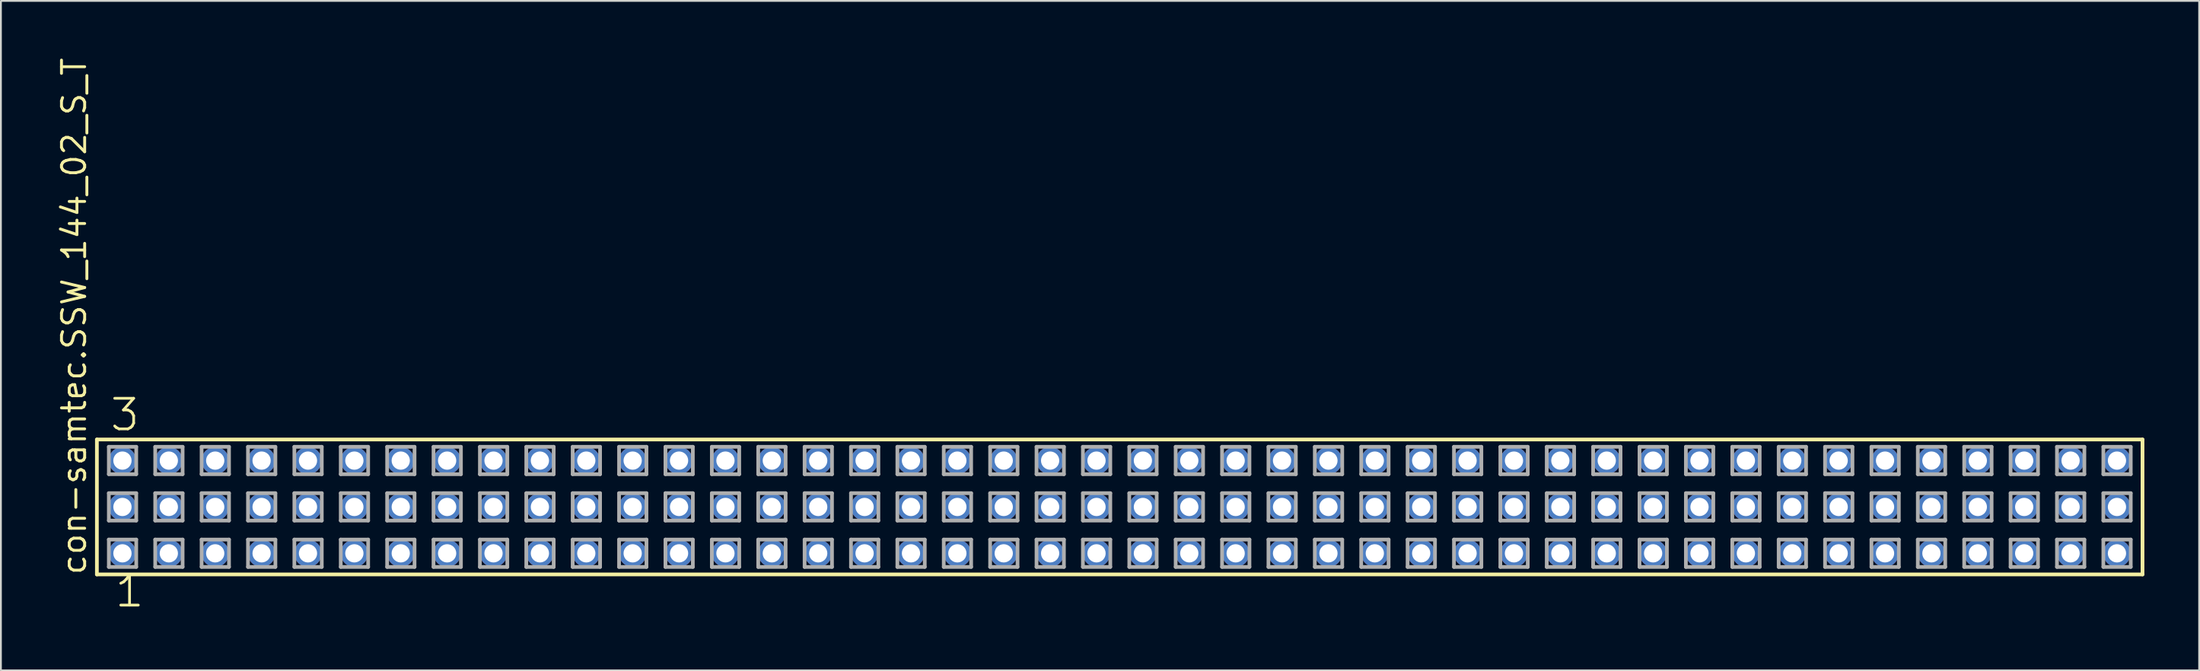
<source format=kicad_pcb>
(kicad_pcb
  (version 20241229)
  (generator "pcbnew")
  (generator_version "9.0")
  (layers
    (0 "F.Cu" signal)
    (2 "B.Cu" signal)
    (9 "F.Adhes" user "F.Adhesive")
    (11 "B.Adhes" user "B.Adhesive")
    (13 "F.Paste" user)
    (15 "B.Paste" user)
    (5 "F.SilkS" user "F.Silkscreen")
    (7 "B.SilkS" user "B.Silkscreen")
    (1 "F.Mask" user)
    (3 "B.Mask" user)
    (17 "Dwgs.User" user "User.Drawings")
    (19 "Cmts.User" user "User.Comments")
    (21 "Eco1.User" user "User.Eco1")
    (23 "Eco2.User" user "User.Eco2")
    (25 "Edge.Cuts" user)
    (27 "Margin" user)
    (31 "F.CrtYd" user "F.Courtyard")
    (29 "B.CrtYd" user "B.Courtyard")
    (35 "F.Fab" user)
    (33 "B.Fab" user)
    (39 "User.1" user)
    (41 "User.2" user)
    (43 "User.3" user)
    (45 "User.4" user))
  (footprint "con-samtec.SSW_144_02_S_T"
    (layer "F.Cu")
    (at 58.265 24.719)
    (property "Reference" "con-samtec.SSW_144_02_S_T" (at -56.515 3.81 90) (layer "F.SilkS") (effects (font (size 1.27 1.27) (thickness 0.16)) (justify left bottom)))
    (attr through_hole)
    (fp_line (start -56.009 -3.695) (end 56.009 -3.695) (stroke (width 0.203) (type default)) (layer "F.SilkS"))
    (fp_line (start -56.009 3.695) (end -56.009 -3.695) (stroke (width 0.203) (type default)) (layer "F.SilkS"))
    (fp_line (start 56.009 -3.695) (end 56.009 3.695) (stroke (width 0.203) (type default)) (layer "F.SilkS"))
    (fp_line (start 56.009 3.695) (end -56.009 3.695) (stroke (width 0.203) (type default)) (layer "F.SilkS"))
    (fp_line (start -55.355 -3.295) (end -53.855 -3.295) (stroke (width 0.203) (type default)) (layer "F.Fab"))
    (fp_line (start -55.355 -1.795) (end -55.355 -3.295) (stroke (width 0.203) (type default)) (layer "F.Fab"))
    (fp_line (start -55.355 -0.755) (end -53.855 -0.755) (stroke (width 0.203) (type default)) (layer "F.Fab"))
    (fp_line (start -55.355 0.745) (end -55.355 -0.755) (stroke (width 0.203) (type default)) (layer "F.Fab"))
    (fp_line (start -55.355 1.785) (end -53.855 1.785) (stroke (width 0.203) (type default)) (layer "F.Fab"))
    (fp_line (start -55.355 3.285) (end -55.355 1.785) (stroke (width 0.203) (type default)) (layer "F.Fab"))
    (fp_line (start -53.855 -3.295) (end -53.855 -1.795) (stroke (width 0.203) (type default)) (layer "F.Fab"))
    (fp_line (start -53.855 -1.795) (end -55.355 -1.795) (stroke (width 0.203) (type default)) (layer "F.Fab"))
    (fp_line (start -53.855 -0.755) (end -53.855 0.745) (stroke (width 0.203) (type default)) (layer "F.Fab"))
    (fp_line (start -53.855 0.745) (end -55.355 0.745) (stroke (width 0.203) (type default)) (layer "F.Fab"))
    (fp_line (start -53.855 1.785) (end -53.855 3.285) (stroke (width 0.203) (type default)) (layer "F.Fab"))
    (fp_line (start -53.855 3.285) (end -55.355 3.285) (stroke (width 0.203) (type default)) (layer "F.Fab"))
    (fp_line (start -52.815 -3.295) (end -51.315 -3.295) (stroke (width 0.203) (type default)) (layer "F.Fab"))
    (fp_line (start -52.815 -1.795) (end -52.815 -3.295) (stroke (width 0.203) (type default)) (layer "F.Fab"))
    (fp_line (start -52.815 -0.755) (end -51.315 -0.755) (stroke (width 0.203) (type default)) (layer "F.Fab"))
    (fp_line (start -52.815 0.745) (end -52.815 -0.755) (stroke (width 0.203) (type default)) (layer "F.Fab"))
    (fp_line (start -52.815 1.785) (end -51.315 1.785) (stroke (width 0.203) (type default)) (layer "F.Fab"))
    (fp_line (start -52.815 3.285) (end -52.815 1.785) (stroke (width 0.203) (type default)) (layer "F.Fab"))
    (fp_line (start -51.315 -3.295) (end -51.315 -1.795) (stroke (width 0.203) (type default)) (layer "F.Fab"))
    (fp_line (start -51.315 -1.795) (end -52.815 -1.795) (stroke (width 0.203) (type default)) (layer "F.Fab"))
    (fp_line (start -51.315 -0.755) (end -51.315 0.745) (stroke (width 0.203) (type default)) (layer "F.Fab"))
    (fp_line (start -51.315 0.745) (end -52.815 0.745) (stroke (width 0.203) (type default)) (layer "F.Fab"))
    (fp_line (start -51.315 1.785) (end -51.315 3.285) (stroke (width 0.203) (type default)) (layer "F.Fab"))
    (fp_line (start -51.315 3.285) (end -52.815 3.285) (stroke (width 0.203) (type default)) (layer "F.Fab"))
    (fp_line (start -50.275 -3.295) (end -48.775 -3.295) (stroke (width 0.203) (type default)) (layer "F.Fab"))
    (fp_line (start -50.275 -1.795) (end -50.275 -3.295) (stroke (width 0.203) (type default)) (layer "F.Fab"))
    (fp_line (start -50.275 -0.755) (end -48.775 -0.755) (stroke (width 0.203) (type default)) (layer "F.Fab"))
    (fp_line (start -50.275 0.745) (end -50.275 -0.755) (stroke (width 0.203) (type default)) (layer "F.Fab"))
    (fp_line (start -50.275 1.785) (end -48.775 1.785) (stroke (width 0.203) (type default)) (layer "F.Fab"))
    (fp_line (start -50.275 3.285) (end -50.275 1.785) (stroke (width 0.203) (type default)) (layer "F.Fab"))
    (fp_line (start -48.775 -3.295) (end -48.775 -1.795) (stroke (width 0.203) (type default)) (layer "F.Fab"))
    (fp_line (start -48.775 -1.795) (end -50.275 -1.795) (stroke (width 0.203) (type default)) (layer "F.Fab"))
    (fp_line (start -48.775 -0.755) (end -48.775 0.745) (stroke (width 0.203) (type default)) (layer "F.Fab"))
    (fp_line (start -48.775 0.745) (end -50.275 0.745) (stroke (width 0.203) (type default)) (layer "F.Fab"))
    (fp_line (start -48.775 1.785) (end -48.775 3.285) (stroke (width 0.203) (type default)) (layer "F.Fab"))
    (fp_line (start -48.775 3.285) (end -50.275 3.285) (stroke (width 0.203) (type default)) (layer "F.Fab"))
    (fp_line (start -47.735 -3.295) (end -46.235 -3.295) (stroke (width 0.203) (type default)) (layer "F.Fab"))
    (fp_line (start -47.735 -1.795) (end -47.735 -3.295) (stroke (width 0.203) (type default)) (layer "F.Fab"))
    (fp_line (start -47.735 -0.755) (end -46.235 -0.755) (stroke (width 0.203) (type default)) (layer "F.Fab"))
    (fp_line (start -47.735 0.745) (end -47.735 -0.755) (stroke (width 0.203) (type default)) (layer "F.Fab"))
    (fp_line (start -47.735 1.785) (end -46.235 1.785) (stroke (width 0.203) (type default)) (layer "F.Fab"))
    (fp_line (start -47.735 3.285) (end -47.735 1.785) (stroke (width 0.203) (type default)) (layer "F.Fab"))
    (fp_line (start -46.235 -3.295) (end -46.235 -1.795) (stroke (width 0.203) (type default)) (layer "F.Fab"))
    (fp_line (start -46.235 -1.795) (end -47.735 -1.795) (stroke (width 0.203) (type default)) (layer "F.Fab"))
    (fp_line (start -46.235 -0.755) (end -46.235 0.745) (stroke (width 0.203) (type default)) (layer "F.Fab"))
    (fp_line (start -46.235 0.745) (end -47.735 0.745) (stroke (width 0.203) (type default)) (layer "F.Fab"))
    (fp_line (start -46.235 1.785) (end -46.235 3.285) (stroke (width 0.203) (type default)) (layer "F.Fab"))
    (fp_line (start -46.235 3.285) (end -47.735 3.285) (stroke (width 0.203) (type default)) (layer "F.Fab"))
    (fp_line (start -45.195 -3.295) (end -43.695 -3.295) (stroke (width 0.203) (type default)) (layer "F.Fab"))
    (fp_line (start -45.195 -1.795) (end -45.195 -3.295) (stroke (width 0.203) (type default)) (layer "F.Fab"))
    (fp_line (start -45.195 -0.755) (end -43.695 -0.755) (stroke (width 0.203) (type default)) (layer "F.Fab"))
    (fp_line (start -45.195 0.745) (end -45.195 -0.755) (stroke (width 0.203) (type default)) (layer "F.Fab"))
    (fp_line (start -45.195 1.785) (end -43.695 1.785) (stroke (width 0.203) (type default)) (layer "F.Fab"))
    (fp_line (start -45.195 3.285) (end -45.195 1.785) (stroke (width 0.203) (type default)) (layer "F.Fab"))
    (fp_line (start -43.695 -3.295) (end -43.695 -1.795) (stroke (width 0.203) (type default)) (layer "F.Fab"))
    (fp_line (start -43.695 -1.795) (end -45.195 -1.795) (stroke (width 0.203) (type default)) (layer "F.Fab"))
    (fp_line (start -43.695 -0.755) (end -43.695 0.745) (stroke (width 0.203) (type default)) (layer "F.Fab"))
    (fp_line (start -43.695 0.745) (end -45.195 0.745) (stroke (width 0.203) (type default)) (layer "F.Fab"))
    (fp_line (start -43.695 1.785) (end -43.695 3.285) (stroke (width 0.203) (type default)) (layer "F.Fab"))
    (fp_line (start -43.695 3.285) (end -45.195 3.285) (stroke (width 0.203) (type default)) (layer "F.Fab"))
    (fp_line (start -42.655 -3.295) (end -41.155 -3.295) (stroke (width 0.203) (type default)) (layer "F.Fab"))
    (fp_line (start -42.655 -1.795) (end -42.655 -3.295) (stroke (width 0.203) (type default)) (layer "F.Fab"))
    (fp_line (start -42.655 -0.755) (end -41.155 -0.755) (stroke (width 0.203) (type default)) (layer "F.Fab"))
    (fp_line (start -42.655 0.745) (end -42.655 -0.755) (stroke (width 0.203) (type default)) (layer "F.Fab"))
    (fp_line (start -42.655 1.785) (end -41.155 1.785) (stroke (width 0.203) (type default)) (layer "F.Fab"))
    (fp_line (start -42.655 3.285) (end -42.655 1.785) (stroke (width 0.203) (type default)) (layer "F.Fab"))
    (fp_line (start -41.155 -3.295) (end -41.155 -1.795) (stroke (width 0.203) (type default)) (layer "F.Fab"))
    (fp_line (start -41.155 -1.795) (end -42.655 -1.795) (stroke (width 0.203) (type default)) (layer "F.Fab"))
    (fp_line (start -41.155 -0.755) (end -41.155 0.745) (stroke (width 0.203) (type default)) (layer "F.Fab"))
    (fp_line (start -41.155 0.745) (end -42.655 0.745) (stroke (width 0.203) (type default)) (layer "F.Fab"))
    (fp_line (start -41.155 1.785) (end -41.155 3.285) (stroke (width 0.203) (type default)) (layer "F.Fab"))
    (fp_line (start -41.155 3.285) (end -42.655 3.285) (stroke (width 0.203) (type default)) (layer "F.Fab"))
    (fp_line (start -40.115 -3.295) (end -38.615 -3.295) (stroke (width 0.203) (type default)) (layer "F.Fab"))
    (fp_line (start -40.115 -1.795) (end -40.115 -3.295) (stroke (width 0.203) (type default)) (layer "F.Fab"))
    (fp_line (start -40.115 -0.755) (end -38.615 -0.755) (stroke (width 0.203) (type default)) (layer "F.Fab"))
    (fp_line (start -40.115 0.745) (end -40.115 -0.755) (stroke (width 0.203) (type default)) (layer "F.Fab"))
    (fp_line (start -40.115 1.785) (end -38.615 1.785) (stroke (width 0.203) (type default)) (layer "F.Fab"))
    (fp_line (start -40.115 3.285) (end -40.115 1.785) (stroke (width 0.203) (type default)) (layer "F.Fab"))
    (fp_line (start -38.615 -3.295) (end -38.615 -1.795) (stroke (width 0.203) (type default)) (layer "F.Fab"))
    (fp_line (start -38.615 -1.795) (end -40.115 -1.795) (stroke (width 0.203) (type default)) (layer "F.Fab"))
    (fp_line (start -38.615 -0.755) (end -38.615 0.745) (stroke (width 0.203) (type default)) (layer "F.Fab"))
    (fp_line (start -38.615 0.745) (end -40.115 0.745) (stroke (width 0.203) (type default)) (layer "F.Fab"))
    (fp_line (start -38.615 1.785) (end -38.615 3.285) (stroke (width 0.203) (type default)) (layer "F.Fab"))
    (fp_line (start -38.615 3.285) (end -40.115 3.285) (stroke (width 0.203) (type default)) (layer "F.Fab"))
    (fp_line (start -37.575 -3.295) (end -36.075 -3.295) (stroke (width 0.203) (type default)) (layer "F.Fab"))
    (fp_line (start -37.575 -1.795) (end -37.575 -3.295) (stroke (width 0.203) (type default)) (layer "F.Fab"))
    (fp_line (start -37.575 -0.755) (end -36.075 -0.755) (stroke (width 0.203) (type default)) (layer "F.Fab"))
    (fp_line (start -37.575 0.745) (end -37.575 -0.755) (stroke (width 0.203) (type default)) (layer "F.Fab"))
    (fp_line (start -37.575 1.785) (end -36.075 1.785) (stroke (width 0.203) (type default)) (layer "F.Fab"))
    (fp_line (start -37.575 3.285) (end -37.575 1.785) (stroke (width 0.203) (type default)) (layer "F.Fab"))
    (fp_line (start -36.075 -3.295) (end -36.075 -1.795) (stroke (width 0.203) (type default)) (layer "F.Fab"))
    (fp_line (start -36.075 -1.795) (end -37.575 -1.795) (stroke (width 0.203) (type default)) (layer "F.Fab"))
    (fp_line (start -36.075 -0.755) (end -36.075 0.745) (stroke (width 0.203) (type default)) (layer "F.Fab"))
    (fp_line (start -36.075 0.745) (end -37.575 0.745) (stroke (width 0.203) (type default)) (layer "F.Fab"))
    (fp_line (start -36.075 1.785) (end -36.075 3.285) (stroke (width 0.203) (type default)) (layer "F.Fab"))
    (fp_line (start -36.075 3.285) (end -37.575 3.285) (stroke (width 0.203) (type default)) (layer "F.Fab"))
    (fp_line (start -35.035 -3.295) (end -33.535 -3.295) (stroke (width 0.203) (type default)) (layer "F.Fab"))
    (fp_line (start -35.035 -1.795) (end -35.035 -3.295) (stroke (width 0.203) (type default)) (layer "F.Fab"))
    (fp_line (start -35.035 -0.755) (end -33.535 -0.755) (stroke (width 0.203) (type default)) (layer "F.Fab"))
    (fp_line (start -35.035 0.745) (end -35.035 -0.755) (stroke (width 0.203) (type default)) (layer "F.Fab"))
    (fp_line (start -35.035 1.785) (end -33.535 1.785) (stroke (width 0.203) (type default)) (layer "F.Fab"))
    (fp_line (start -35.035 3.285) (end -35.035 1.785) (stroke (width 0.203) (type default)) (layer "F.Fab"))
    (fp_line (start -33.535 -3.295) (end -33.535 -1.795) (stroke (width 0.203) (type default)) (layer "F.Fab"))
    (fp_line (start -33.535 -1.795) (end -35.035 -1.795) (stroke (width 0.203) (type default)) (layer "F.Fab"))
    (fp_line (start -33.535 -0.755) (end -33.535 0.745) (stroke (width 0.203) (type default)) (layer "F.Fab"))
    (fp_line (start -33.535 0.745) (end -35.035 0.745) (stroke (width 0.203) (type default)) (layer "F.Fab"))
    (fp_line (start -33.535 1.785) (end -33.535 3.285) (stroke (width 0.203) (type default)) (layer "F.Fab"))
    (fp_line (start -33.535 3.285) (end -35.035 3.285) (stroke (width 0.203) (type default)) (layer "F.Fab"))
    (fp_line (start -32.495 -3.295) (end -30.995 -3.295) (stroke (width 0.203) (type default)) (layer "F.Fab"))
    (fp_line (start -32.495 -1.795) (end -32.495 -3.295) (stroke (width 0.203) (type default)) (layer "F.Fab"))
    (fp_line (start -32.495 -0.755) (end -30.995 -0.755) (stroke (width 0.203) (type default)) (layer "F.Fab"))
    (fp_line (start -32.495 0.745) (end -32.495 -0.755) (stroke (width 0.203) (type default)) (layer "F.Fab"))
    (fp_line (start -32.495 1.785) (end -30.995 1.785) (stroke (width 0.203) (type default)) (layer "F.Fab"))
    (fp_line (start -32.495 3.285) (end -32.495 1.785) (stroke (width 0.203) (type default)) (layer "F.Fab"))
    (fp_line (start -30.995 -3.295) (end -30.995 -1.795) (stroke (width 0.203) (type default)) (layer "F.Fab"))
    (fp_line (start -30.995 -1.795) (end -32.495 -1.795) (stroke (width 0.203) (type default)) (layer "F.Fab"))
    (fp_line (start -30.995 -0.755) (end -30.995 0.745) (stroke (width 0.203) (type default)) (layer "F.Fab"))
    (fp_line (start -30.995 0.745) (end -32.495 0.745) (stroke (width 0.203) (type default)) (layer "F.Fab"))
    (fp_line (start -30.995 1.785) (end -30.995 3.285) (stroke (width 0.203) (type default)) (layer "F.Fab"))
    (fp_line (start -30.995 3.285) (end -32.495 3.285) (stroke (width 0.203) (type default)) (layer "F.Fab"))
    (fp_line (start -29.955 -3.295) (end -28.455 -3.295) (stroke (width 0.203) (type default)) (layer "F.Fab"))
    (fp_line (start -29.955 -1.795) (end -29.955 -3.295) (stroke (width 0.203) (type default)) (layer "F.Fab"))
    (fp_line (start -29.955 -0.755) (end -28.455 -0.755) (stroke (width 0.203) (type default)) (layer "F.Fab"))
    (fp_line (start -29.955 0.745) (end -29.955 -0.755) (stroke (width 0.203) (type default)) (layer "F.Fab"))
    (fp_line (start -29.955 1.785) (end -28.455 1.785) (stroke (width 0.203) (type default)) (layer "F.Fab"))
    (fp_line (start -29.955 3.285) (end -29.955 1.785) (stroke (width 0.203) (type default)) (layer "F.Fab"))
    (fp_line (start -28.455 -3.295) (end -28.455 -1.795) (stroke (width 0.203) (type default)) (layer "F.Fab"))
    (fp_line (start -28.455 -1.795) (end -29.955 -1.795) (stroke (width 0.203) (type default)) (layer "F.Fab"))
    (fp_line (start -28.455 -0.755) (end -28.455 0.745) (stroke (width 0.203) (type default)) (layer "F.Fab"))
    (fp_line (start -28.455 0.745) (end -29.955 0.745) (stroke (width 0.203) (type default)) (layer "F.Fab"))
    (fp_line (start -28.455 1.785) (end -28.455 3.285) (stroke (width 0.203) (type default)) (layer "F.Fab"))
    (fp_line (start -28.455 3.285) (end -29.955 3.285) (stroke (width 0.203) (type default)) (layer "F.Fab"))
    (fp_line (start -27.415 -3.295) (end -25.915 -3.295) (stroke (width 0.203) (type default)) (layer "F.Fab"))
    (fp_line (start -27.415 -1.795) (end -27.415 -3.295) (stroke (width 0.203) (type default)) (layer "F.Fab"))
    (fp_line (start -27.415 -0.755) (end -25.915 -0.755) (stroke (width 0.203) (type default)) (layer "F.Fab"))
    (fp_line (start -27.415 0.745) (end -27.415 -0.755) (stroke (width 0.203) (type default)) (layer "F.Fab"))
    (fp_line (start -27.415 1.785) (end -25.915 1.785) (stroke (width 0.203) (type default)) (layer "F.Fab"))
    (fp_line (start -27.415 3.285) (end -27.415 1.785) (stroke (width 0.203) (type default)) (layer "F.Fab"))
    (fp_line (start -25.915 -3.295) (end -25.915 -1.795) (stroke (width 0.203) (type default)) (layer "F.Fab"))
    (fp_line (start -25.915 -1.795) (end -27.415 -1.795) (stroke (width 0.203) (type default)) (layer "F.Fab"))
    (fp_line (start -25.915 -0.755) (end -25.915 0.745) (stroke (width 0.203) (type default)) (layer "F.Fab"))
    (fp_line (start -25.915 0.745) (end -27.415 0.745) (stroke (width 0.203) (type default)) (layer "F.Fab"))
    (fp_line (start -25.915 1.785) (end -25.915 3.285) (stroke (width 0.203) (type default)) (layer "F.Fab"))
    (fp_line (start -25.915 3.285) (end -27.415 3.285) (stroke (width 0.203) (type default)) (layer "F.Fab"))
    (fp_line (start -24.875 -3.295) (end -23.375 -3.295) (stroke (width 0.203) (type default)) (layer "F.Fab"))
    (fp_line (start -24.875 -1.795) (end -24.875 -3.295) (stroke (width 0.203) (type default)) (layer "F.Fab"))
    (fp_line (start -24.875 -0.755) (end -23.375 -0.755) (stroke (width 0.203) (type default)) (layer "F.Fab"))
    (fp_line (start -24.875 0.745) (end -24.875 -0.755) (stroke (width 0.203) (type default)) (layer "F.Fab"))
    (fp_line (start -24.875 1.785) (end -23.375 1.785) (stroke (width 0.203) (type default)) (layer "F.Fab"))
    (fp_line (start -24.875 3.285) (end -24.875 1.785) (stroke (width 0.203) (type default)) (layer "F.Fab"))
    (fp_line (start -23.375 -3.295) (end -23.375 -1.795) (stroke (width 0.203) (type default)) (layer "F.Fab"))
    (fp_line (start -23.375 -1.795) (end -24.875 -1.795) (stroke (width 0.203) (type default)) (layer "F.Fab"))
    (fp_line (start -23.375 -0.755) (end -23.375 0.745) (stroke (width 0.203) (type default)) (layer "F.Fab"))
    (fp_line (start -23.375 0.745) (end -24.875 0.745) (stroke (width 0.203) (type default)) (layer "F.Fab"))
    (fp_line (start -23.375 1.785) (end -23.375 3.285) (stroke (width 0.203) (type default)) (layer "F.Fab"))
    (fp_line (start -23.375 3.285) (end -24.875 3.285) (stroke (width 0.203) (type default)) (layer "F.Fab"))
    (fp_line (start -22.335 -3.295) (end -20.835 -3.295) (stroke (width 0.203) (type default)) (layer "F.Fab"))
    (fp_line (start -22.335 -1.795) (end -22.335 -3.295) (stroke (width 0.203) (type default)) (layer "F.Fab"))
    (fp_line (start -22.335 -0.755) (end -20.835 -0.755) (stroke (width 0.203) (type default)) (layer "F.Fab"))
    (fp_line (start -22.335 0.745) (end -22.335 -0.755) (stroke (width 0.203) (type default)) (layer "F.Fab"))
    (fp_line (start -22.335 1.785) (end -20.835 1.785) (stroke (width 0.203) (type default)) (layer "F.Fab"))
    (fp_line (start -22.335 3.285) (end -22.335 1.785) (stroke (width 0.203) (type default)) (layer "F.Fab"))
    (fp_line (start -20.835 -3.295) (end -20.835 -1.795) (stroke (width 0.203) (type default)) (layer "F.Fab"))
    (fp_line (start -20.835 -1.795) (end -22.335 -1.795) (stroke (width 0.203) (type default)) (layer "F.Fab"))
    (fp_line (start -20.835 -0.755) (end -20.835 0.745) (stroke (width 0.203) (type default)) (layer "F.Fab"))
    (fp_line (start -20.835 0.745) (end -22.335 0.745) (stroke (width 0.203) (type default)) (layer "F.Fab"))
    (fp_line (start -20.835 1.785) (end -20.835 3.285) (stroke (width 0.203) (type default)) (layer "F.Fab"))
    (fp_line (start -20.835 3.285) (end -22.335 3.285) (stroke (width 0.203) (type default)) (layer "F.Fab"))
    (fp_line (start -19.795 -3.295) (end -18.295 -3.295) (stroke (width 0.203) (type default)) (layer "F.Fab"))
    (fp_line (start -19.795 -1.795) (end -19.795 -3.295) (stroke (width 0.203) (type default)) (layer "F.Fab"))
    (fp_line (start -19.795 -0.755) (end -18.295 -0.755) (stroke (width 0.203) (type default)) (layer "F.Fab"))
    (fp_line (start -19.795 0.745) (end -19.795 -0.755) (stroke (width 0.203) (type default)) (layer "F.Fab"))
    (fp_line (start -19.795 1.785) (end -18.295 1.785) (stroke (width 0.203) (type default)) (layer "F.Fab"))
    (fp_line (start -19.795 3.285) (end -19.795 1.785) (stroke (width 0.203) (type default)) (layer "F.Fab"))
    (fp_line (start -18.295 -3.295) (end -18.295 -1.795) (stroke (width 0.203) (type default)) (layer "F.Fab"))
    (fp_line (start -18.295 -1.795) (end -19.795 -1.795) (stroke (width 0.203) (type default)) (layer "F.Fab"))
    (fp_line (start -18.295 -0.755) (end -18.295 0.745) (stroke (width 0.203) (type default)) (layer "F.Fab"))
    (fp_line (start -18.295 0.745) (end -19.795 0.745) (stroke (width 0.203) (type default)) (layer "F.Fab"))
    (fp_line (start -18.295 1.785) (end -18.295 3.285) (stroke (width 0.203) (type default)) (layer "F.Fab"))
    (fp_line (start -18.295 3.285) (end -19.795 3.285) (stroke (width 0.203) (type default)) (layer "F.Fab"))
    (fp_line (start -17.255 -3.295) (end -15.755 -3.295) (stroke (width 0.203) (type default)) (layer "F.Fab"))
    (fp_line (start -17.255 -1.795) (end -17.255 -3.295) (stroke (width 0.203) (type default)) (layer "F.Fab"))
    (fp_line (start -17.255 -0.755) (end -15.755 -0.755) (stroke (width 0.203) (type default)) (layer "F.Fab"))
    (fp_line (start -17.255 0.745) (end -17.255 -0.755) (stroke (width 0.203) (type default)) (layer "F.Fab"))
    (fp_line (start -17.255 1.785) (end -15.755 1.785) (stroke (width 0.203) (type default)) (layer "F.Fab"))
    (fp_line (start -17.255 3.285) (end -17.255 1.785) (stroke (width 0.203) (type default)) (layer "F.Fab"))
    (fp_line (start -15.755 -3.295) (end -15.755 -1.795) (stroke (width 0.203) (type default)) (layer "F.Fab"))
    (fp_line (start -15.755 -1.795) (end -17.255 -1.795) (stroke (width 0.203) (type default)) (layer "F.Fab"))
    (fp_line (start -15.755 -0.755) (end -15.755 0.745) (stroke (width 0.203) (type default)) (layer "F.Fab"))
    (fp_line (start -15.755 0.745) (end -17.255 0.745) (stroke (width 0.203) (type default)) (layer "F.Fab"))
    (fp_line (start -15.755 1.785) (end -15.755 3.285) (stroke (width 0.203) (type default)) (layer "F.Fab"))
    (fp_line (start -15.755 3.285) (end -17.255 3.285) (stroke (width 0.203) (type default)) (layer "F.Fab"))
    (fp_line (start -14.715 -3.295) (end -13.215 -3.295) (stroke (width 0.203) (type default)) (layer "F.Fab"))
    (fp_line (start -14.715 -1.795) (end -14.715 -3.295) (stroke (width 0.203) (type default)) (layer "F.Fab"))
    (fp_line (start -14.715 -0.755) (end -13.215 -0.755) (stroke (width 0.203) (type default)) (layer "F.Fab"))
    (fp_line (start -14.715 0.745) (end -14.715 -0.755) (stroke (width 0.203) (type default)) (layer "F.Fab"))
    (fp_line (start -14.715 1.785) (end -13.215 1.785) (stroke (width 0.203) (type default)) (layer "F.Fab"))
    (fp_line (start -14.715 3.285) (end -14.715 1.785) (stroke (width 0.203) (type default)) (layer "F.Fab"))
    (fp_line (start -13.215 -3.295) (end -13.215 -1.795) (stroke (width 0.203) (type default)) (layer "F.Fab"))
    (fp_line (start -13.215 -1.795) (end -14.715 -1.795) (stroke (width 0.203) (type default)) (layer "F.Fab"))
    (fp_line (start -13.215 -0.755) (end -13.215 0.745) (stroke (width 0.203) (type default)) (layer "F.Fab"))
    (fp_line (start -13.215 0.745) (end -14.715 0.745) (stroke (width 0.203) (type default)) (layer "F.Fab"))
    (fp_line (start -13.215 1.785) (end -13.215 3.285) (stroke (width 0.203) (type default)) (layer "F.Fab"))
    (fp_line (start -13.215 3.285) (end -14.715 3.285) (stroke (width 0.203) (type default)) (layer "F.Fab"))
    (fp_line (start -12.175 -3.295) (end -10.675 -3.295) (stroke (width 0.203) (type default)) (layer "F.Fab"))
    (fp_line (start -12.175 -1.795) (end -12.175 -3.295) (stroke (width 0.203) (type default)) (layer "F.Fab"))
    (fp_line (start -12.175 -0.755) (end -10.675 -0.755) (stroke (width 0.203) (type default)) (layer "F.Fab"))
    (fp_line (start -12.175 0.745) (end -12.175 -0.755) (stroke (width 0.203) (type default)) (layer "F.Fab"))
    (fp_line (start -12.175 1.785) (end -10.675 1.785) (stroke (width 0.203) (type default)) (layer "F.Fab"))
    (fp_line (start -12.175 3.285) (end -12.175 1.785) (stroke (width 0.203) (type default)) (layer "F.Fab"))
    (fp_line (start -10.675 -3.295) (end -10.675 -1.795) (stroke (width 0.203) (type default)) (layer "F.Fab"))
    (fp_line (start -10.675 -1.795) (end -12.175 -1.795) (stroke (width 0.203) (type default)) (layer "F.Fab"))
    (fp_line (start -10.675 -0.755) (end -10.675 0.745) (stroke (width 0.203) (type default)) (layer "F.Fab"))
    (fp_line (start -10.675 0.745) (end -12.175 0.745) (stroke (width 0.203) (type default)) (layer "F.Fab"))
    (fp_line (start -10.675 1.785) (end -10.675 3.285) (stroke (width 0.203) (type default)) (layer "F.Fab"))
    (fp_line (start -10.675 3.285) (end -12.175 3.285) (stroke (width 0.203) (type default)) (layer "F.Fab"))
    (fp_line (start -9.635 -3.295) (end -8.135 -3.295) (stroke (width 0.203) (type default)) (layer "F.Fab"))
    (fp_line (start -9.635 -1.795) (end -9.635 -3.295) (stroke (width 0.203) (type default)) (layer "F.Fab"))
    (fp_line (start -9.635 -0.755) (end -8.135 -0.755) (stroke (width 0.203) (type default)) (layer "F.Fab"))
    (fp_line (start -9.635 0.745) (end -9.635 -0.755) (stroke (width 0.203) (type default)) (layer "F.Fab"))
    (fp_line (start -9.635 1.785) (end -8.135 1.785) (stroke (width 0.203) (type default)) (layer "F.Fab"))
    (fp_line (start -9.635 3.285) (end -9.635 1.785) (stroke (width 0.203) (type default)) (layer "F.Fab"))
    (fp_line (start -8.135 -3.295) (end -8.135 -1.795) (stroke (width 0.203) (type default)) (layer "F.Fab"))
    (fp_line (start -8.135 -1.795) (end -9.635 -1.795) (stroke (width 0.203) (type default)) (layer "F.Fab"))
    (fp_line (start -8.135 -0.755) (end -8.135 0.745) (stroke (width 0.203) (type default)) (layer "F.Fab"))
    (fp_line (start -8.135 0.745) (end -9.635 0.745) (stroke (width 0.203) (type default)) (layer "F.Fab"))
    (fp_line (start -8.135 1.785) (end -8.135 3.285) (stroke (width 0.203) (type default)) (layer "F.Fab"))
    (fp_line (start -8.135 3.285) (end -9.635 3.285) (stroke (width 0.203) (type default)) (layer "F.Fab"))
    (fp_line (start -7.095 -3.295) (end -5.595 -3.295) (stroke (width 0.203) (type default)) (layer "F.Fab"))
    (fp_line (start -7.095 -1.795) (end -7.095 -3.295) (stroke (width 0.203) (type default)) (layer "F.Fab"))
    (fp_line (start -7.095 -0.755) (end -5.595 -0.755) (stroke (width 0.203) (type default)) (layer "F.Fab"))
    (fp_line (start -7.095 0.745) (end -7.095 -0.755) (stroke (width 0.203) (type default)) (layer "F.Fab"))
    (fp_line (start -7.095 1.785) (end -5.595 1.785) (stroke (width 0.203) (type default)) (layer "F.Fab"))
    (fp_line (start -7.095 3.285) (end -7.095 1.785) (stroke (width 0.203) (type default)) (layer "F.Fab"))
    (fp_line (start -5.595 -3.295) (end -5.595 -1.795) (stroke (width 0.203) (type default)) (layer "F.Fab"))
    (fp_line (start -5.595 -1.795) (end -7.095 -1.795) (stroke (width 0.203) (type default)) (layer "F.Fab"))
    (fp_line (start -5.595 -0.755) (end -5.595 0.745) (stroke (width 0.203) (type default)) (layer "F.Fab"))
    (fp_line (start -5.595 0.745) (end -7.095 0.745) (stroke (width 0.203) (type default)) (layer "F.Fab"))
    (fp_line (start -5.595 1.785) (end -5.595 3.285) (stroke (width 0.203) (type default)) (layer "F.Fab"))
    (fp_line (start -5.595 3.285) (end -7.095 3.285) (stroke (width 0.203) (type default)) (layer "F.Fab"))
    (fp_line (start -4.555 -3.295) (end -3.055 -3.295) (stroke (width 0.203) (type default)) (layer "F.Fab"))
    (fp_line (start -4.555 -1.795) (end -4.555 -3.295) (stroke (width 0.203) (type default)) (layer "F.Fab"))
    (fp_line (start -4.555 -0.755) (end -3.055 -0.755) (stroke (width 0.203) (type default)) (layer "F.Fab"))
    (fp_line (start -4.555 0.745) (end -4.555 -0.755) (stroke (width 0.203) (type default)) (layer "F.Fab"))
    (fp_line (start -4.555 1.785) (end -3.055 1.785) (stroke (width 0.203) (type default)) (layer "F.Fab"))
    (fp_line (start -4.555 3.285) (end -4.555 1.785) (stroke (width 0.203) (type default)) (layer "F.Fab"))
    (fp_line (start -3.055 -3.295) (end -3.055 -1.795) (stroke (width 0.203) (type default)) (layer "F.Fab"))
    (fp_line (start -3.055 -1.795) (end -4.555 -1.795) (stroke (width 0.203) (type default)) (layer "F.Fab"))
    (fp_line (start -3.055 -0.755) (end -3.055 0.745) (stroke (width 0.203) (type default)) (layer "F.Fab"))
    (fp_line (start -3.055 0.745) (end -4.555 0.745) (stroke (width 0.203) (type default)) (layer "F.Fab"))
    (fp_line (start -3.055 1.785) (end -3.055 3.285) (stroke (width 0.203) (type default)) (layer "F.Fab"))
    (fp_line (start -3.055 3.285) (end -4.555 3.285) (stroke (width 0.203) (type default)) (layer "F.Fab"))
    (fp_line (start -2.015 -3.295) (end -0.515 -3.295) (stroke (width 0.203) (type default)) (layer "F.Fab"))
    (fp_line (start -2.015 -1.795) (end -2.015 -3.295) (stroke (width 0.203) (type default)) (layer "F.Fab"))
    (fp_line (start -2.015 -0.755) (end -0.515 -0.755) (stroke (width 0.203) (type default)) (layer "F.Fab"))
    (fp_line (start -2.015 0.745) (end -2.015 -0.755) (stroke (width 0.203) (type default)) (layer "F.Fab"))
    (fp_line (start -2.015 1.785) (end -0.515 1.785) (stroke (width 0.203) (type default)) (layer "F.Fab"))
    (fp_line (start -2.015 3.285) (end -2.015 1.785) (stroke (width 0.203) (type default)) (layer "F.Fab"))
    (fp_line (start -0.515 -3.295) (end -0.515 -1.795) (stroke (width 0.203) (type default)) (layer "F.Fab"))
    (fp_line (start -0.515 -1.795) (end -2.015 -1.795) (stroke (width 0.203) (type default)) (layer "F.Fab"))
    (fp_line (start -0.515 -0.755) (end -0.515 0.745) (stroke (width 0.203) (type default)) (layer "F.Fab"))
    (fp_line (start -0.515 0.745) (end -2.015 0.745) (stroke (width 0.203) (type default)) (layer "F.Fab"))
    (fp_line (start -0.515 1.785) (end -0.515 3.285) (stroke (width 0.203) (type default)) (layer "F.Fab"))
    (fp_line (start -0.515 3.285) (end -2.015 3.285) (stroke (width 0.203) (type default)) (layer "F.Fab"))
    (fp_line (start 0.525 -3.295) (end 2.025 -3.295) (stroke (width 0.203) (type default)) (layer "F.Fab"))
    (fp_line (start 0.525 -1.795) (end 0.525 -3.295) (stroke (width 0.203) (type default)) (layer "F.Fab"))
    (fp_line (start 0.525 -0.755) (end 2.025 -0.755) (stroke (width 0.203) (type default)) (layer "F.Fab"))
    (fp_line (start 0.525 0.745) (end 0.525 -0.755) (stroke (width 0.203) (type default)) (layer "F.Fab"))
    (fp_line (start 0.525 1.785) (end 2.025 1.785) (stroke (width 0.203) (type default)) (layer "F.Fab"))
    (fp_line (start 0.525 3.285) (end 0.525 1.785) (stroke (width 0.203) (type default)) (layer "F.Fab"))
    (fp_line (start 2.025 -3.295) (end 2.025 -1.795) (stroke (width 0.203) (type default)) (layer "F.Fab"))
    (fp_line (start 2.025 -1.795) (end 0.525 -1.795) (stroke (width 0.203) (type default)) (layer "F.Fab"))
    (fp_line (start 2.025 -0.755) (end 2.025 0.745) (stroke (width 0.203) (type default)) (layer "F.Fab"))
    (fp_line (start 2.025 0.745) (end 0.525 0.745) (stroke (width 0.203) (type default)) (layer "F.Fab"))
    (fp_line (start 2.025 1.785) (end 2.025 3.285) (stroke (width 0.203) (type default)) (layer "F.Fab"))
    (fp_line (start 2.025 3.285) (end 0.525 3.285) (stroke (width 0.203) (type default)) (layer "F.Fab"))
    (fp_line (start 3.065 -3.295) (end 4.565 -3.295) (stroke (width 0.203) (type default)) (layer "F.Fab"))
    (fp_line (start 3.065 -1.795) (end 3.065 -3.295) (stroke (width 0.203) (type default)) (layer "F.Fab"))
    (fp_line (start 3.065 -0.755) (end 4.565 -0.755) (stroke (width 0.203) (type default)) (layer "F.Fab"))
    (fp_line (start 3.065 0.745) (end 3.065 -0.755) (stroke (width 0.203) (type default)) (layer "F.Fab"))
    (fp_line (start 3.065 1.785) (end 4.565 1.785) (stroke (width 0.203) (type default)) (layer "F.Fab"))
    (fp_line (start 3.065 3.285) (end 3.065 1.785) (stroke (width 0.203) (type default)) (layer "F.Fab"))
    (fp_line (start 4.565 -3.295) (end 4.565 -1.795) (stroke (width 0.203) (type default)) (layer "F.Fab"))
    (fp_line (start 4.565 -1.795) (end 3.065 -1.795) (stroke (width 0.203) (type default)) (layer "F.Fab"))
    (fp_line (start 4.565 -0.755) (end 4.565 0.745) (stroke (width 0.203) (type default)) (layer "F.Fab"))
    (fp_line (start 4.565 0.745) (end 3.065 0.745) (stroke (width 0.203) (type default)) (layer "F.Fab"))
    (fp_line (start 4.565 1.785) (end 4.565 3.285) (stroke (width 0.203) (type default)) (layer "F.Fab"))
    (fp_line (start 4.565 3.285) (end 3.065 3.285) (stroke (width 0.203) (type default)) (layer "F.Fab"))
    (fp_line (start 5.605 -3.295) (end 7.105 -3.295) (stroke (width 0.203) (type default)) (layer "F.Fab"))
    (fp_line (start 5.605 -1.795) (end 5.605 -3.295) (stroke (width 0.203) (type default)) (layer "F.Fab"))
    (fp_line (start 5.605 -0.755) (end 7.105 -0.755) (stroke (width 0.203) (type default)) (layer "F.Fab"))
    (fp_line (start 5.605 0.745) (end 5.605 -0.755) (stroke (width 0.203) (type default)) (layer "F.Fab"))
    (fp_line (start 5.605 1.785) (end 7.105 1.785) (stroke (width 0.203) (type default)) (layer "F.Fab"))
    (fp_line (start 5.605 3.285) (end 5.605 1.785) (stroke (width 0.203) (type default)) (layer "F.Fab"))
    (fp_line (start 7.105 -3.295) (end 7.105 -1.795) (stroke (width 0.203) (type default)) (layer "F.Fab"))
    (fp_line (start 7.105 -1.795) (end 5.605 -1.795) (stroke (width 0.203) (type default)) (layer "F.Fab"))
    (fp_line (start 7.105 -0.755) (end 7.105 0.745) (stroke (width 0.203) (type default)) (layer "F.Fab"))
    (fp_line (start 7.105 0.745) (end 5.605 0.745) (stroke (width 0.203) (type default)) (layer "F.Fab"))
    (fp_line (start 7.105 1.785) (end 7.105 3.285) (stroke (width 0.203) (type default)) (layer "F.Fab"))
    (fp_line (start 7.105 3.285) (end 5.605 3.285) (stroke (width 0.203) (type default)) (layer "F.Fab"))
    (fp_line (start 8.145 -3.295) (end 9.645 -3.295) (stroke (width 0.203) (type default)) (layer "F.Fab"))
    (fp_line (start 8.145 -1.795) (end 8.145 -3.295) (stroke (width 0.203) (type default)) (layer "F.Fab"))
    (fp_line (start 8.145 -0.755) (end 9.645 -0.755) (stroke (width 0.203) (type default)) (layer "F.Fab"))
    (fp_line (start 8.145 0.745) (end 8.145 -0.755) (stroke (width 0.203) (type default)) (layer "F.Fab"))
    (fp_line (start 8.145 1.785) (end 9.645 1.785) (stroke (width 0.203) (type default)) (layer "F.Fab"))
    (fp_line (start 8.145 3.285) (end 8.145 1.785) (stroke (width 0.203) (type default)) (layer "F.Fab"))
    (fp_line (start 9.645 -3.295) (end 9.645 -1.795) (stroke (width 0.203) (type default)) (layer "F.Fab"))
    (fp_line (start 9.645 -1.795) (end 8.145 -1.795) (stroke (width 0.203) (type default)) (layer "F.Fab"))
    (fp_line (start 9.645 -0.755) (end 9.645 0.745) (stroke (width 0.203) (type default)) (layer "F.Fab"))
    (fp_line (start 9.645 0.745) (end 8.145 0.745) (stroke (width 0.203) (type default)) (layer "F.Fab"))
    (fp_line (start 9.645 1.785) (end 9.645 3.285) (stroke (width 0.203) (type default)) (layer "F.Fab"))
    (fp_line (start 9.645 3.285) (end 8.145 3.285) (stroke (width 0.203) (type default)) (layer "F.Fab"))
    (fp_line (start 10.685 -3.295) (end 12.185 -3.295) (stroke (width 0.203) (type default)) (layer "F.Fab"))
    (fp_line (start 10.685 -1.795) (end 10.685 -3.295) (stroke (width 0.203) (type default)) (layer "F.Fab"))
    (fp_line (start 10.685 -0.755) (end 12.185 -0.755) (stroke (width 0.203) (type default)) (layer "F.Fab"))
    (fp_line (start 10.685 0.745) (end 10.685 -0.755) (stroke (width 0.203) (type default)) (layer "F.Fab"))
    (fp_line (start 10.685 1.785) (end 12.185 1.785) (stroke (width 0.203) (type default)) (layer "F.Fab"))
    (fp_line (start 10.685 3.285) (end 10.685 1.785) (stroke (width 0.203) (type default)) (layer "F.Fab"))
    (fp_line (start 12.185 -3.295) (end 12.185 -1.795) (stroke (width 0.203) (type default)) (layer "F.Fab"))
    (fp_line (start 12.185 -1.795) (end 10.685 -1.795) (stroke (width 0.203) (type default)) (layer "F.Fab"))
    (fp_line (start 12.185 -0.755) (end 12.185 0.745) (stroke (width 0.203) (type default)) (layer "F.Fab"))
    (fp_line (start 12.185 0.745) (end 10.685 0.745) (stroke (width 0.203) (type default)) (layer "F.Fab"))
    (fp_line (start 12.185 1.785) (end 12.185 3.285) (stroke (width 0.203) (type default)) (layer "F.Fab"))
    (fp_line (start 12.185 3.285) (end 10.685 3.285) (stroke (width 0.203) (type default)) (layer "F.Fab"))
    (fp_line (start 13.225 -3.295) (end 14.725 -3.295) (stroke (width 0.203) (type default)) (layer "F.Fab"))
    (fp_line (start 13.225 -1.795) (end 13.225 -3.295) (stroke (width 0.203) (type default)) (layer "F.Fab"))
    (fp_line (start 13.225 -0.755) (end 14.725 -0.755) (stroke (width 0.203) (type default)) (layer "F.Fab"))
    (fp_line (start 13.225 0.745) (end 13.225 -0.755) (stroke (width 0.203) (type default)) (layer "F.Fab"))
    (fp_line (start 13.225 1.785) (end 14.725 1.785) (stroke (width 0.203) (type default)) (layer "F.Fab"))
    (fp_line (start 13.225 3.285) (end 13.225 1.785) (stroke (width 0.203) (type default)) (layer "F.Fab"))
    (fp_line (start 14.725 -3.295) (end 14.725 -1.795) (stroke (width 0.203) (type default)) (layer "F.Fab"))
    (fp_line (start 14.725 -1.795) (end 13.225 -1.795) (stroke (width 0.203) (type default)) (layer "F.Fab"))
    (fp_line (start 14.725 -0.755) (end 14.725 0.745) (stroke (width 0.203) (type default)) (layer "F.Fab"))
    (fp_line (start 14.725 0.745) (end 13.225 0.745) (stroke (width 0.203) (type default)) (layer "F.Fab"))
    (fp_line (start 14.725 1.785) (end 14.725 3.285) (stroke (width 0.203) (type default)) (layer "F.Fab"))
    (fp_line (start 14.725 3.285) (end 13.225 3.285) (stroke (width 0.203) (type default)) (layer "F.Fab"))
    (fp_line (start 15.765 -3.295) (end 17.265 -3.295) (stroke (width 0.203) (type default)) (layer "F.Fab"))
    (fp_line (start 15.765 -1.795) (end 15.765 -3.295) (stroke (width 0.203) (type default)) (layer "F.Fab"))
    (fp_line (start 15.765 -0.755) (end 17.265 -0.755) (stroke (width 0.203) (type default)) (layer "F.Fab"))
    (fp_line (start 15.765 0.745) (end 15.765 -0.755) (stroke (width 0.203) (type default)) (layer "F.Fab"))
    (fp_line (start 15.765 1.785) (end 17.265 1.785) (stroke (width 0.203) (type default)) (layer "F.Fab"))
    (fp_line (start 15.765 3.285) (end 15.765 1.785) (stroke (width 0.203) (type default)) (layer "F.Fab"))
    (fp_line (start 17.265 -3.295) (end 17.265 -1.795) (stroke (width 0.203) (type default)) (layer "F.Fab"))
    (fp_line (start 17.265 -1.795) (end 15.765 -1.795) (stroke (width 0.203) (type default)) (layer "F.Fab"))
    (fp_line (start 17.265 -0.755) (end 17.265 0.745) (stroke (width 0.203) (type default)) (layer "F.Fab"))
    (fp_line (start 17.265 0.745) (end 15.765 0.745) (stroke (width 0.203) (type default)) (layer "F.Fab"))
    (fp_line (start 17.265 1.785) (end 17.265 3.285) (stroke (width 0.203) (type default)) (layer "F.Fab"))
    (fp_line (start 17.265 3.285) (end 15.765 3.285) (stroke (width 0.203) (type default)) (layer "F.Fab"))
    (fp_line (start 18.305 -3.295) (end 19.805 -3.295) (stroke (width 0.203) (type default)) (layer "F.Fab"))
    (fp_line (start 18.305 -1.795) (end 18.305 -3.295) (stroke (width 0.203) (type default)) (layer "F.Fab"))
    (fp_line (start 18.305 -0.755) (end 19.805 -0.755) (stroke (width 0.203) (type default)) (layer "F.Fab"))
    (fp_line (start 18.305 0.745) (end 18.305 -0.755) (stroke (width 0.203) (type default)) (layer "F.Fab"))
    (fp_line (start 18.305 1.785) (end 19.805 1.785) (stroke (width 0.203) (type default)) (layer "F.Fab"))
    (fp_line (start 18.305 3.285) (end 18.305 1.785) (stroke (width 0.203) (type default)) (layer "F.Fab"))
    (fp_line (start 19.805 -3.295) (end 19.805 -1.795) (stroke (width 0.203) (type default)) (layer "F.Fab"))
    (fp_line (start 19.805 -1.795) (end 18.305 -1.795) (stroke (width 0.203) (type default)) (layer "F.Fab"))
    (fp_line (start 19.805 -0.755) (end 19.805 0.745) (stroke (width 0.203) (type default)) (layer "F.Fab"))
    (fp_line (start 19.805 0.745) (end 18.305 0.745) (stroke (width 0.203) (type default)) (layer "F.Fab"))
    (fp_line (start 19.805 1.785) (end 19.805 3.285) (stroke (width 0.203) (type default)) (layer "F.Fab"))
    (fp_line (start 19.805 3.285) (end 18.305 3.285) (stroke (width 0.203) (type default)) (layer "F.Fab"))
    (fp_line (start 20.845 -3.295) (end 22.345 -3.295) (stroke (width 0.203) (type default)) (layer "F.Fab"))
    (fp_line (start 20.845 -1.795) (end 20.845 -3.295) (stroke (width 0.203) (type default)) (layer "F.Fab"))
    (fp_line (start 20.845 -0.755) (end 22.345 -0.755) (stroke (width 0.203) (type default)) (layer "F.Fab"))
    (fp_line (start 20.845 0.745) (end 20.845 -0.755) (stroke (width 0.203) (type default)) (layer "F.Fab"))
    (fp_line (start 20.845 1.785) (end 22.345 1.785) (stroke (width 0.203) (type default)) (layer "F.Fab"))
    (fp_line (start 20.845 3.285) (end 20.845 1.785) (stroke (width 0.203) (type default)) (layer "F.Fab"))
    (fp_line (start 22.345 -3.295) (end 22.345 -1.795) (stroke (width 0.203) (type default)) (layer "F.Fab"))
    (fp_line (start 22.345 -1.795) (end 20.845 -1.795) (stroke (width 0.203) (type default)) (layer "F.Fab"))
    (fp_line (start 22.345 -0.755) (end 22.345 0.745) (stroke (width 0.203) (type default)) (layer "F.Fab"))
    (fp_line (start 22.345 0.745) (end 20.845 0.745) (stroke (width 0.203) (type default)) (layer "F.Fab"))
    (fp_line (start 22.345 1.785) (end 22.345 3.285) (stroke (width 0.203) (type default)) (layer "F.Fab"))
    (fp_line (start 22.345 3.285) (end 20.845 3.285) (stroke (width 0.203) (type default)) (layer "F.Fab"))
    (fp_line (start 23.385 -3.295) (end 24.885 -3.295) (stroke (width 0.203) (type default)) (layer "F.Fab"))
    (fp_line (start 23.385 -1.795) (end 23.385 -3.295) (stroke (width 0.203) (type default)) (layer "F.Fab"))
    (fp_line (start 23.385 -0.755) (end 24.885 -0.755) (stroke (width 0.203) (type default)) (layer "F.Fab"))
    (fp_line (start 23.385 0.745) (end 23.385 -0.755) (stroke (width 0.203) (type default)) (layer "F.Fab"))
    (fp_line (start 23.385 1.785) (end 24.885 1.785) (stroke (width 0.203) (type default)) (layer "F.Fab"))
    (fp_line (start 23.385 3.285) (end 23.385 1.785) (stroke (width 0.203) (type default)) (layer "F.Fab"))
    (fp_line (start 24.885 -3.295) (end 24.885 -1.795) (stroke (width 0.203) (type default)) (layer "F.Fab"))
    (fp_line (start 24.885 -1.795) (end 23.385 -1.795) (stroke (width 0.203) (type default)) (layer "F.Fab"))
    (fp_line (start 24.885 -0.755) (end 24.885 0.745) (stroke (width 0.203) (type default)) (layer "F.Fab"))
    (fp_line (start 24.885 0.745) (end 23.385 0.745) (stroke (width 0.203) (type default)) (layer "F.Fab"))
    (fp_line (start 24.885 1.785) (end 24.885 3.285) (stroke (width 0.203) (type default)) (layer "F.Fab"))
    (fp_line (start 24.885 3.285) (end 23.385 3.285) (stroke (width 0.203) (type default)) (layer "F.Fab"))
    (fp_line (start 25.925 -3.295) (end 27.425 -3.295) (stroke (width 0.203) (type default)) (layer "F.Fab"))
    (fp_line (start 25.925 -1.795) (end 25.925 -3.295) (stroke (width 0.203) (type default)) (layer "F.Fab"))
    (fp_line (start 25.925 -0.755) (end 27.425 -0.755) (stroke (width 0.203) (type default)) (layer "F.Fab"))
    (fp_line (start 25.925 0.745) (end 25.925 -0.755) (stroke (width 0.203) (type default)) (layer "F.Fab"))
    (fp_line (start 25.925 1.785) (end 27.425 1.785) (stroke (width 0.203) (type default)) (layer "F.Fab"))
    (fp_line (start 25.925 3.285) (end 25.925 1.785) (stroke (width 0.203) (type default)) (layer "F.Fab"))
    (fp_line (start 27.425 -3.295) (end 27.425 -1.795) (stroke (width 0.203) (type default)) (layer "F.Fab"))
    (fp_line (start 27.425 -1.795) (end 25.925 -1.795) (stroke (width 0.203) (type default)) (layer "F.Fab"))
    (fp_line (start 27.425 -0.755) (end 27.425 0.745) (stroke (width 0.203) (type default)) (layer "F.Fab"))
    (fp_line (start 27.425 0.745) (end 25.925 0.745) (stroke (width 0.203) (type default)) (layer "F.Fab"))
    (fp_line (start 27.425 1.785) (end 27.425 3.285) (stroke (width 0.203) (type default)) (layer "F.Fab"))
    (fp_line (start 27.425 3.285) (end 25.925 3.285) (stroke (width 0.203) (type default)) (layer "F.Fab"))
    (fp_line (start 28.465 -3.295) (end 29.965 -3.295) (stroke (width 0.203) (type default)) (layer "F.Fab"))
    (fp_line (start 28.465 -1.795) (end 28.465 -3.295) (stroke (width 0.203) (type default)) (layer "F.Fab"))
    (fp_line (start 28.465 -0.755) (end 29.965 -0.755) (stroke (width 0.203) (type default)) (layer "F.Fab"))
    (fp_line (start 28.465 0.745) (end 28.465 -0.755) (stroke (width 0.203) (type default)) (layer "F.Fab"))
    (fp_line (start 28.465 1.785) (end 29.965 1.785) (stroke (width 0.203) (type default)) (layer "F.Fab"))
    (fp_line (start 28.465 3.285) (end 28.465 1.785) (stroke (width 0.203) (type default)) (layer "F.Fab"))
    (fp_line (start 29.965 -3.295) (end 29.965 -1.795) (stroke (width 0.203) (type default)) (layer "F.Fab"))
    (fp_line (start 29.965 -1.795) (end 28.465 -1.795) (stroke (width 0.203) (type default)) (layer "F.Fab"))
    (fp_line (start 29.965 -0.755) (end 29.965 0.745) (stroke (width 0.203) (type default)) (layer "F.Fab"))
    (fp_line (start 29.965 0.745) (end 28.465 0.745) (stroke (width 0.203) (type default)) (layer "F.Fab"))
    (fp_line (start 29.965 1.785) (end 29.965 3.285) (stroke (width 0.203) (type default)) (layer "F.Fab"))
    (fp_line (start 29.965 3.285) (end 28.465 3.285) (stroke (width 0.203) (type default)) (layer "F.Fab"))
    (fp_line (start 31.005 -3.295) (end 32.505 -3.295) (stroke (width 0.203) (type default)) (layer "F.Fab"))
    (fp_line (start 31.005 -1.795) (end 31.005 -3.295) (stroke (width 0.203) (type default)) (layer "F.Fab"))
    (fp_line (start 31.005 -0.755) (end 32.505 -0.755) (stroke (width 0.203) (type default)) (layer "F.Fab"))
    (fp_line (start 31.005 0.745) (end 31.005 -0.755) (stroke (width 0.203) (type default)) (layer "F.Fab"))
    (fp_line (start 31.005 1.785) (end 32.505 1.785) (stroke (width 0.203) (type default)) (layer "F.Fab"))
    (fp_line (start 31.005 3.285) (end 31.005 1.785) (stroke (width 0.203) (type default)) (layer "F.Fab"))
    (fp_line (start 32.505 -3.295) (end 32.505 -1.795) (stroke (width 0.203) (type default)) (layer "F.Fab"))
    (fp_line (start 32.505 -1.795) (end 31.005 -1.795) (stroke (width 0.203) (type default)) (layer "F.Fab"))
    (fp_line (start 32.505 -0.755) (end 32.505 0.745) (stroke (width 0.203) (type default)) (layer "F.Fab"))
    (fp_line (start 32.505 0.745) (end 31.005 0.745) (stroke (width 0.203) (type default)) (layer "F.Fab"))
    (fp_line (start 32.505 1.785) (end 32.505 3.285) (stroke (width 0.203) (type default)) (layer "F.Fab"))
    (fp_line (start 32.505 3.285) (end 31.005 3.285) (stroke (width 0.203) (type default)) (layer "F.Fab"))
    (fp_line (start 33.545 -3.295) (end 35.045 -3.295) (stroke (width 0.203) (type default)) (layer "F.Fab"))
    (fp_line (start 33.545 -1.795) (end 33.545 -3.295) (stroke (width 0.203) (type default)) (layer "F.Fab"))
    (fp_line (start 33.545 -0.755) (end 35.045 -0.755) (stroke (width 0.203) (type default)) (layer "F.Fab"))
    (fp_line (start 33.545 0.745) (end 33.545 -0.755) (stroke (width 0.203) (type default)) (layer "F.Fab"))
    (fp_line (start 33.545 1.785) (end 35.045 1.785) (stroke (width 0.203) (type default)) (layer "F.Fab"))
    (fp_line (start 33.545 3.285) (end 33.545 1.785) (stroke (width 0.203) (type default)) (layer "F.Fab"))
    (fp_line (start 35.045 -3.295) (end 35.045 -1.795) (stroke (width 0.203) (type default)) (layer "F.Fab"))
    (fp_line (start 35.045 -1.795) (end 33.545 -1.795) (stroke (width 0.203) (type default)) (layer "F.Fab"))
    (fp_line (start 35.045 -0.755) (end 35.045 0.745) (stroke (width 0.203) (type default)) (layer "F.Fab"))
    (fp_line (start 35.045 0.745) (end 33.545 0.745) (stroke (width 0.203) (type default)) (layer "F.Fab"))
    (fp_line (start 35.045 1.785) (end 35.045 3.285) (stroke (width 0.203) (type default)) (layer "F.Fab"))
    (fp_line (start 35.045 3.285) (end 33.545 3.285) (stroke (width 0.203) (type default)) (layer "F.Fab"))
    (fp_line (start 36.085 -3.295) (end 37.585 -3.295) (stroke (width 0.203) (type default)) (layer "F.Fab"))
    (fp_line (start 36.085 -1.795) (end 36.085 -3.295) (stroke (width 0.203) (type default)) (layer "F.Fab"))
    (fp_line (start 36.085 -0.755) (end 37.585 -0.755) (stroke (width 0.203) (type default)) (layer "F.Fab"))
    (fp_line (start 36.085 0.745) (end 36.085 -0.755) (stroke (width 0.203) (type default)) (layer "F.Fab"))
    (fp_line (start 36.085 1.785) (end 37.585 1.785) (stroke (width 0.203) (type default)) (layer "F.Fab"))
    (fp_line (start 36.085 3.285) (end 36.085 1.785) (stroke (width 0.203) (type default)) (layer "F.Fab"))
    (fp_line (start 37.585 -3.295) (end 37.585 -1.795) (stroke (width 0.203) (type default)) (layer "F.Fab"))
    (fp_line (start 37.585 -1.795) (end 36.085 -1.795) (stroke (width 0.203) (type default)) (layer "F.Fab"))
    (fp_line (start 37.585 -0.755) (end 37.585 0.745) (stroke (width 0.203) (type default)) (layer "F.Fab"))
    (fp_line (start 37.585 0.745) (end 36.085 0.745) (stroke (width 0.203) (type default)) (layer "F.Fab"))
    (fp_line (start 37.585 1.785) (end 37.585 3.285) (stroke (width 0.203) (type default)) (layer "F.Fab"))
    (fp_line (start 37.585 3.285) (end 36.085 3.285) (stroke (width 0.203) (type default)) (layer "F.Fab"))
    (fp_line (start 38.625 -3.295) (end 40.125 -3.295) (stroke (width 0.203) (type default)) (layer "F.Fab"))
    (fp_line (start 38.625 -1.795) (end 38.625 -3.295) (stroke (width 0.203) (type default)) (layer "F.Fab"))
    (fp_line (start 38.625 -0.755) (end 40.125 -0.755) (stroke (width 0.203) (type default)) (layer "F.Fab"))
    (fp_line (start 38.625 0.745) (end 38.625 -0.755) (stroke (width 0.203) (type default)) (layer "F.Fab"))
    (fp_line (start 38.625 1.785) (end 40.125 1.785) (stroke (width 0.203) (type default)) (layer "F.Fab"))
    (fp_line (start 38.625 3.285) (end 38.625 1.785) (stroke (width 0.203) (type default)) (layer "F.Fab"))
    (fp_line (start 40.125 -3.295) (end 40.125 -1.795) (stroke (width 0.203) (type default)) (layer "F.Fab"))
    (fp_line (start 40.125 -1.795) (end 38.625 -1.795) (stroke (width 0.203) (type default)) (layer "F.Fab"))
    (fp_line (start 40.125 -0.755) (end 40.125 0.745) (stroke (width 0.203) (type default)) (layer "F.Fab"))
    (fp_line (start 40.125 0.745) (end 38.625 0.745) (stroke (width 0.203) (type default)) (layer "F.Fab"))
    (fp_line (start 40.125 1.785) (end 40.125 3.285) (stroke (width 0.203) (type default)) (layer "F.Fab"))
    (fp_line (start 40.125 3.285) (end 38.625 3.285) (stroke (width 0.203) (type default)) (layer "F.Fab"))
    (fp_line (start 41.165 -3.295) (end 42.665 -3.295) (stroke (width 0.203) (type default)) (layer "F.Fab"))
    (fp_line (start 41.165 -1.795) (end 41.165 -3.295) (stroke (width 0.203) (type default)) (layer "F.Fab"))
    (fp_line (start 41.165 -0.755) (end 42.665 -0.755) (stroke (width 0.203) (type default)) (layer "F.Fab"))
    (fp_line (start 41.165 0.745) (end 41.165 -0.755) (stroke (width 0.203) (type default)) (layer "F.Fab"))
    (fp_line (start 41.165 1.785) (end 42.665 1.785) (stroke (width 0.203) (type default)) (layer "F.Fab"))
    (fp_line (start 41.165 3.285) (end 41.165 1.785) (stroke (width 0.203) (type default)) (layer "F.Fab"))
    (fp_line (start 42.665 -3.295) (end 42.665 -1.795) (stroke (width 0.203) (type default)) (layer "F.Fab"))
    (fp_line (start 42.665 -1.795) (end 41.165 -1.795) (stroke (width 0.203) (type default)) (layer "F.Fab"))
    (fp_line (start 42.665 -0.755) (end 42.665 0.745) (stroke (width 0.203) (type default)) (layer "F.Fab"))
    (fp_line (start 42.665 0.745) (end 41.165 0.745) (stroke (width 0.203) (type default)) (layer "F.Fab"))
    (fp_line (start 42.665 1.785) (end 42.665 3.285) (stroke (width 0.203) (type default)) (layer "F.Fab"))
    (fp_line (start 42.665 3.285) (end 41.165 3.285) (stroke (width 0.203) (type default)) (layer "F.Fab"))
    (fp_line (start 43.705 -3.295) (end 45.205 -3.295) (stroke (width 0.203) (type default)) (layer "F.Fab"))
    (fp_line (start 43.705 -1.795) (end 43.705 -3.295) (stroke (width 0.203) (type default)) (layer "F.Fab"))
    (fp_line (start 43.705 -0.755) (end 45.205 -0.755) (stroke (width 0.203) (type default)) (layer "F.Fab"))
    (fp_line (start 43.705 0.745) (end 43.705 -0.755) (stroke (width 0.203) (type default)) (layer "F.Fab"))
    (fp_line (start 43.705 1.785) (end 45.205 1.785) (stroke (width 0.203) (type default)) (layer "F.Fab"))
    (fp_line (start 43.705 3.285) (end 43.705 1.785) (stroke (width 0.203) (type default)) (layer "F.Fab"))
    (fp_line (start 45.205 -3.295) (end 45.205 -1.795) (stroke (width 0.203) (type default)) (layer "F.Fab"))
    (fp_line (start 45.205 -1.795) (end 43.705 -1.795) (stroke (width 0.203) (type default)) (layer "F.Fab"))
    (fp_line (start 45.205 -0.755) (end 45.205 0.745) (stroke (width 0.203) (type default)) (layer "F.Fab"))
    (fp_line (start 45.205 0.745) (end 43.705 0.745) (stroke (width 0.203) (type default)) (layer "F.Fab"))
    (fp_line (start 45.205 1.785) (end 45.205 3.285) (stroke (width 0.203) (type default)) (layer "F.Fab"))
    (fp_line (start 45.205 3.285) (end 43.705 3.285) (stroke (width 0.203) (type default)) (layer "F.Fab"))
    (fp_line (start 46.245 -3.295) (end 47.745 -3.295) (stroke (width 0.203) (type default)) (layer "F.Fab"))
    (fp_line (start 46.245 -1.795) (end 46.245 -3.295) (stroke (width 0.203) (type default)) (layer "F.Fab"))
    (fp_line (start 46.245 -0.755) (end 47.745 -0.755) (stroke (width 0.203) (type default)) (layer "F.Fab"))
    (fp_line (start 46.245 0.745) (end 46.245 -0.755) (stroke (width 0.203) (type default)) (layer "F.Fab"))
    (fp_line (start 46.245 1.785) (end 47.745 1.785) (stroke (width 0.203) (type default)) (layer "F.Fab"))
    (fp_line (start 46.245 3.285) (end 46.245 1.785) (stroke (width 0.203) (type default)) (layer "F.Fab"))
    (fp_line (start 47.745 -3.295) (end 47.745 -1.795) (stroke (width 0.203) (type default)) (layer "F.Fab"))
    (fp_line (start 47.745 -1.795) (end 46.245 -1.795) (stroke (width 0.203) (type default)) (layer "F.Fab"))
    (fp_line (start 47.745 -0.755) (end 47.745 0.745) (stroke (width 0.203) (type default)) (layer "F.Fab"))
    (fp_line (start 47.745 0.745) (end 46.245 0.745) (stroke (width 0.203) (type default)) (layer "F.Fab"))
    (fp_line (start 47.745 1.785) (end 47.745 3.285) (stroke (width 0.203) (type default)) (layer "F.Fab"))
    (fp_line (start 47.745 3.285) (end 46.245 3.285) (stroke (width 0.203) (type default)) (layer "F.Fab"))
    (fp_line (start 48.785 -3.295) (end 50.285 -3.295) (stroke (width 0.203) (type default)) (layer "F.Fab"))
    (fp_line (start 48.785 -1.795) (end 48.785 -3.295) (stroke (width 0.203) (type default)) (layer "F.Fab"))
    (fp_line (start 48.785 -0.755) (end 50.285 -0.755) (stroke (width 0.203) (type default)) (layer "F.Fab"))
    (fp_line (start 48.785 0.745) (end 48.785 -0.755) (stroke (width 0.203) (type default)) (layer "F.Fab"))
    (fp_line (start 48.785 1.785) (end 50.285 1.785) (stroke (width 0.203) (type default)) (layer "F.Fab"))
    (fp_line (start 48.785 3.285) (end 48.785 1.785) (stroke (width 0.203) (type default)) (layer "F.Fab"))
    (fp_line (start 50.285 -3.295) (end 50.285 -1.795) (stroke (width 0.203) (type default)) (layer "F.Fab"))
    (fp_line (start 50.285 -1.795) (end 48.785 -1.795) (stroke (width 0.203) (type default)) (layer "F.Fab"))
    (fp_line (start 50.285 -0.755) (end 50.285 0.745) (stroke (width 0.203) (type default)) (layer "F.Fab"))
    (fp_line (start 50.285 0.745) (end 48.785 0.745) (stroke (width 0.203) (type default)) (layer "F.Fab"))
    (fp_line (start 50.285 1.785) (end 50.285 3.285) (stroke (width 0.203) (type default)) (layer "F.Fab"))
    (fp_line (start 50.285 3.285) (end 48.785 3.285) (stroke (width 0.203) (type default)) (layer "F.Fab"))
    (fp_line (start 51.325 -3.295) (end 52.825 -3.295) (stroke (width 0.203) (type default)) (layer "F.Fab"))
    (fp_line (start 51.325 -1.795) (end 51.325 -3.295) (stroke (width 0.203) (type default)) (layer "F.Fab"))
    (fp_line (start 51.325 -0.755) (end 52.825 -0.755) (stroke (width 0.203) (type default)) (layer "F.Fab"))
    (fp_line (start 51.325 0.745) (end 51.325 -0.755) (stroke (width 0.203) (type default)) (layer "F.Fab"))
    (fp_line (start 51.325 1.785) (end 52.825 1.785) (stroke (width 0.203) (type default)) (layer "F.Fab"))
    (fp_line (start 51.325 3.285) (end 51.325 1.785) (stroke (width 0.203) (type default)) (layer "F.Fab"))
    (fp_line (start 52.825 -3.295) (end 52.825 -1.795) (stroke (width 0.203) (type default)) (layer "F.Fab"))
    (fp_line (start 52.825 -1.795) (end 51.325 -1.795) (stroke (width 0.203) (type default)) (layer "F.Fab"))
    (fp_line (start 52.825 -0.755) (end 52.825 0.745) (stroke (width 0.203) (type default)) (layer "F.Fab"))
    (fp_line (start 52.825 0.745) (end 51.325 0.745) (stroke (width 0.203) (type default)) (layer "F.Fab"))
    (fp_line (start 52.825 1.785) (end 52.825 3.285) (stroke (width 0.203) (type default)) (layer "F.Fab"))
    (fp_line (start 52.825 3.285) (end 51.325 3.285) (stroke (width 0.203) (type default)) (layer "F.Fab"))
    (fp_line (start 53.865 -3.295) (end 55.365 -3.295) (stroke (width 0.203) (type default)) (layer "F.Fab"))
    (fp_line (start 53.865 -1.795) (end 53.865 -3.295) (stroke (width 0.203) (type default)) (layer "F.Fab"))
    (fp_line (start 53.865 -0.755) (end 55.365 -0.755) (stroke (width 0.203) (type default)) (layer "F.Fab"))
    (fp_line (start 53.865 0.745) (end 53.865 -0.755) (stroke (width 0.203) (type default)) (layer "F.Fab"))
    (fp_line (start 53.865 1.785) (end 55.365 1.785) (stroke (width 0.203) (type default)) (layer "F.Fab"))
    (fp_line (start 53.865 3.285) (end 53.865 1.785) (stroke (width 0.203) (type default)) (layer "F.Fab"))
    (fp_line (start 55.365 -3.295) (end 55.365 -1.795) (stroke (width 0.203) (type default)) (layer "F.Fab"))
    (fp_line (start 55.365 -1.795) (end 53.865 -1.795) (stroke (width 0.203) (type default)) (layer "F.Fab"))
    (fp_line (start 55.365 -0.755) (end 55.365 0.745) (stroke (width 0.203) (type default)) (layer "F.Fab"))
    (fp_line (start 55.365 0.745) (end 53.865 0.745) (stroke (width 0.203) (type default)) (layer "F.Fab"))
    (fp_line (start 55.365 1.785) (end 55.365 3.285) (stroke (width 0.203) (type default)) (layer "F.Fab"))
    (fp_line (start 55.365 3.285) (end 53.865 3.285) (stroke (width 0.203) (type default)) (layer "F.Fab"))
    (fp_text user "1" (at -55.118 5.588 0) (layer "F.SilkS") (effects (font (size 1.676 1.676) (thickness 0.15)) (justify left bottom)))
    (fp_text user "3" (at -55.372 -4.064 0) (layer "F.SilkS") (effects (font (size 1.676 1.676) (thickness 0.15)) (justify left bottom)))
    (pad "1" thru_hole circle (at -54.61 2.54) (size 1.5 1.5) (drill 1) (layers "*.Cu" "*.Mask"))
    (pad "2" thru_hole circle (at -54.61 0) (size 1.5 1.5) (drill 1) (layers "*.Cu" "*.Mask"))
    (pad "3" thru_hole circle (at -54.61 -2.54) (size 1.5 1.5) (drill 1) (layers "*.Cu" "*.Mask"))
    (pad "4" thru_hole circle (at -52.07 2.54) (size 1.5 1.5) (drill 1) (layers "*.Cu" "*.Mask"))
    (pad "5" thru_hole circle (at -52.07 0) (size 1.5 1.5) (drill 1) (layers "*.Cu" "*.Mask"))
    (pad "6" thru_hole circle (at -52.07 -2.54) (size 1.5 1.5) (drill 1) (layers "*.Cu" "*.Mask"))
    (pad "7" thru_hole circle (at -49.53 2.54) (size 1.5 1.5) (drill 1) (layers "*.Cu" "*.Mask"))
    (pad "8" thru_hole circle (at -49.53 0) (size 1.5 1.5) (drill 1) (layers "*.Cu" "*.Mask"))
    (pad "9" thru_hole circle (at -49.53 -2.54) (size 1.5 1.5) (drill 1) (layers "*.Cu" "*.Mask"))
    (pad "10" thru_hole circle (at -46.99 2.54) (size 1.5 1.5) (drill 1) (layers "*.Cu" "*.Mask"))
    (pad "11" thru_hole circle (at -46.99 0) (size 1.5 1.5) (drill 1) (layers "*.Cu" "*.Mask"))
    (pad "12" thru_hole circle (at -46.99 -2.54) (size 1.5 1.5) (drill 1) (layers "*.Cu" "*.Mask"))
    (pad "13" thru_hole circle (at -44.45 2.54) (size 1.5 1.5) (drill 1) (layers "*.Cu" "*.Mask"))
    (pad "14" thru_hole circle (at -44.45 0) (size 1.5 1.5) (drill 1) (layers "*.Cu" "*.Mask"))
    (pad "15" thru_hole circle (at -44.45 -2.54) (size 1.5 1.5) (drill 1) (layers "*.Cu" "*.Mask"))
    (pad "16" thru_hole circle (at -41.91 2.54) (size 1.5 1.5) (drill 1) (layers "*.Cu" "*.Mask"))
    (pad "17" thru_hole circle (at -41.91 0) (size 1.5 1.5) (drill 1) (layers "*.Cu" "*.Mask"))
    (pad "18" thru_hole circle (at -41.91 -2.54) (size 1.5 1.5) (drill 1) (layers "*.Cu" "*.Mask"))
    (pad "19" thru_hole circle (at -39.37 2.54) (size 1.5 1.5) (drill 1) (layers "*.Cu" "*.Mask"))
    (pad "20" thru_hole circle (at -39.37 0) (size 1.5 1.5) (drill 1) (layers "*.Cu" "*.Mask"))
    (pad "21" thru_hole circle (at -39.37 -2.54) (size 1.5 1.5) (drill 1) (layers "*.Cu" "*.Mask"))
    (pad "22" thru_hole circle (at -36.83 2.54) (size 1.5 1.5) (drill 1) (layers "*.Cu" "*.Mask"))
    (pad "23" thru_hole circle (at -36.83 0) (size 1.5 1.5) (drill 1) (layers "*.Cu" "*.Mask"))
    (pad "24" thru_hole circle (at -36.83 -2.54) (size 1.5 1.5) (drill 1) (layers "*.Cu" "*.Mask"))
    (pad "25" thru_hole circle (at -34.29 2.54) (size 1.5 1.5) (drill 1) (layers "*.Cu" "*.Mask"))
    (pad "26" thru_hole circle (at -34.29 0) (size 1.5 1.5) (drill 1) (layers "*.Cu" "*.Mask"))
    (pad "27" thru_hole circle (at -34.29 -2.54) (size 1.5 1.5) (drill 1) (layers "*.Cu" "*.Mask"))
    (pad "28" thru_hole circle (at -31.75 2.54) (size 1.5 1.5) (drill 1) (layers "*.Cu" "*.Mask"))
    (pad "29" thru_hole circle (at -31.75 0) (size 1.5 1.5) (drill 1) (layers "*.Cu" "*.Mask"))
    (pad "30" thru_hole circle (at -31.75 -2.54) (size 1.5 1.5) (drill 1) (layers "*.Cu" "*.Mask"))
    (pad "31" thru_hole circle (at -29.21 2.54) (size 1.5 1.5) (drill 1) (layers "*.Cu" "*.Mask"))
    (pad "32" thru_hole circle (at -29.21 0) (size 1.5 1.5) (drill 1) (layers "*.Cu" "*.Mask"))
    (pad "33" thru_hole circle (at -29.21 -2.54) (size 1.5 1.5) (drill 1) (layers "*.Cu" "*.Mask"))
    (pad "34" thru_hole circle (at -26.67 2.54) (size 1.5 1.5) (drill 1) (layers "*.Cu" "*.Mask"))
    (pad "35" thru_hole circle (at -26.67 0) (size 1.5 1.5) (drill 1) (layers "*.Cu" "*.Mask"))
    (pad "36" thru_hole circle (at -26.67 -2.54) (size 1.5 1.5) (drill 1) (layers "*.Cu" "*.Mask"))
    (pad "37" thru_hole circle (at -24.13 2.54) (size 1.5 1.5) (drill 1) (layers "*.Cu" "*.Mask"))
    (pad "38" thru_hole circle (at -24.13 0) (size 1.5 1.5) (drill 1) (layers "*.Cu" "*.Mask"))
    (pad "39" thru_hole circle (at -24.13 -2.54) (size 1.5 1.5) (drill 1) (layers "*.Cu" "*.Mask"))
    (pad "40" thru_hole circle (at -21.59 2.54) (size 1.5 1.5) (drill 1) (layers "*.Cu" "*.Mask"))
    (pad "41" thru_hole circle (at -21.59 0) (size 1.5 1.5) (drill 1) (layers "*.Cu" "*.Mask"))
    (pad "42" thru_hole circle (at -21.59 -2.54) (size 1.5 1.5) (drill 1) (layers "*.Cu" "*.Mask"))
    (pad "43" thru_hole circle (at -19.05 2.54) (size 1.5 1.5) (drill 1) (layers "*.Cu" "*.Mask"))
    (pad "44" thru_hole circle (at -19.05 0) (size 1.5 1.5) (drill 1) (layers "*.Cu" "*.Mask"))
    (pad "45" thru_hole circle (at -19.05 -2.54) (size 1.5 1.5) (drill 1) (layers "*.Cu" "*.Mask"))
    (pad "46" thru_hole circle (at -16.51 2.54) (size 1.5 1.5) (drill 1) (layers "*.Cu" "*.Mask"))
    (pad "47" thru_hole circle (at -16.51 0) (size 1.5 1.5) (drill 1) (layers "*.Cu" "*.Mask"))
    (pad "48" thru_hole circle (at -16.51 -2.54) (size 1.5 1.5) (drill 1) (layers "*.Cu" "*.Mask"))
    (pad "49" thru_hole circle (at -13.97 2.54) (size 1.5 1.5) (drill 1) (layers "*.Cu" "*.Mask"))
    (pad "50" thru_hole circle (at -13.97 0) (size 1.5 1.5) (drill 1) (layers "*.Cu" "*.Mask"))
    (pad "51" thru_hole circle (at -13.97 -2.54) (size 1.5 1.5) (drill 1) (layers "*.Cu" "*.Mask"))
    (pad "52" thru_hole circle (at -11.43 2.54) (size 1.5 1.5) (drill 1) (layers "*.Cu" "*.Mask"))
    (pad "53" thru_hole circle (at -11.43 0) (size 1.5 1.5) (drill 1) (layers "*.Cu" "*.Mask"))
    (pad "54" thru_hole circle (at -11.43 -2.54) (size 1.5 1.5) (drill 1) (layers "*.Cu" "*.Mask"))
    (pad "55" thru_hole circle (at -8.89 2.54) (size 1.5 1.5) (drill 1) (layers "*.Cu" "*.Mask"))
    (pad "56" thru_hole circle (at -8.89 0) (size 1.5 1.5) (drill 1) (layers "*.Cu" "*.Mask"))
    (pad "57" thru_hole circle (at -8.89 -2.54) (size 1.5 1.5) (drill 1) (layers "*.Cu" "*.Mask"))
    (pad "58" thru_hole circle (at -6.35 2.54) (size 1.5 1.5) (drill 1) (layers "*.Cu" "*.Mask"))
    (pad "59" thru_hole circle (at -6.35 0) (size 1.5 1.5) (drill 1) (layers "*.Cu" "*.Mask"))
    (pad "60" thru_hole circle (at -6.35 -2.54) (size 1.5 1.5) (drill 1) (layers "*.Cu" "*.Mask"))
    (pad "61" thru_hole circle (at -3.81 2.54) (size 1.5 1.5) (drill 1) (layers "*.Cu" "*.Mask"))
    (pad "62" thru_hole circle (at -3.81 0) (size 1.5 1.5) (drill 1) (layers "*.Cu" "*.Mask"))
    (pad "63" thru_hole circle (at -3.81 -2.54) (size 1.5 1.5) (drill 1) (layers "*.Cu" "*.Mask"))
    (pad "64" thru_hole circle (at -1.27 2.54) (size 1.5 1.5) (drill 1) (layers "*.Cu" "*.Mask"))
    (pad "65" thru_hole circle (at -1.27 0) (size 1.5 1.5) (drill 1) (layers "*.Cu" "*.Mask"))
    (pad "66" thru_hole circle (at -1.27 -2.54) (size 1.5 1.5) (drill 1) (layers "*.Cu" "*.Mask"))
    (pad "67" thru_hole circle (at 1.27 2.54) (size 1.5 1.5) (drill 1) (layers "*.Cu" "*.Mask"))
    (pad "68" thru_hole circle (at 1.27 0) (size 1.5 1.5) (drill 1) (layers "*.Cu" "*.Mask"))
    (pad "69" thru_hole circle (at 1.27 -2.54) (size 1.5 1.5) (drill 1) (layers "*.Cu" "*.Mask"))
    (pad "70" thru_hole circle (at 3.81 2.54) (size 1.5 1.5) (drill 1) (layers "*.Cu" "*.Mask"))
    (pad "71" thru_hole circle (at 3.81 0) (size 1.5 1.5) (drill 1) (layers "*.Cu" "*.Mask"))
    (pad "72" thru_hole circle (at 3.81 -2.54) (size 1.5 1.5) (drill 1) (layers "*.Cu" "*.Mask"))
    (pad "73" thru_hole circle (at 6.35 2.54) (size 1.5 1.5) (drill 1) (layers "*.Cu" "*.Mask"))
    (pad "74" thru_hole circle (at 6.35 0) (size 1.5 1.5) (drill 1) (layers "*.Cu" "*.Mask"))
    (pad "75" thru_hole circle (at 6.35 -2.54) (size 1.5 1.5) (drill 1) (layers "*.Cu" "*.Mask"))
    (pad "76" thru_hole circle (at 8.89 2.54) (size 1.5 1.5) (drill 1) (layers "*.Cu" "*.Mask"))
    (pad "77" thru_hole circle (at 8.89 0) (size 1.5 1.5) (drill 1) (layers "*.Cu" "*.Mask"))
    (pad "78" thru_hole circle (at 8.89 -2.54) (size 1.5 1.5) (drill 1) (layers "*.Cu" "*.Mask"))
    (pad "79" thru_hole circle (at 11.43 2.54) (size 1.5 1.5) (drill 1) (layers "*.Cu" "*.Mask"))
    (pad "80" thru_hole circle (at 11.43 0) (size 1.5 1.5) (drill 1) (layers "*.Cu" "*.Mask"))
    (pad "81" thru_hole circle (at 11.43 -2.54) (size 1.5 1.5) (drill 1) (layers "*.Cu" "*.Mask"))
    (pad "82" thru_hole circle (at 13.97 2.54) (size 1.5 1.5) (drill 1) (layers "*.Cu" "*.Mask"))
    (pad "83" thru_hole circle (at 13.97 0) (size 1.5 1.5) (drill 1) (layers "*.Cu" "*.Mask"))
    (pad "84" thru_hole circle (at 13.97 -2.54) (size 1.5 1.5) (drill 1) (layers "*.Cu" "*.Mask"))
    (pad "85" thru_hole circle (at 16.51 2.54) (size 1.5 1.5) (drill 1) (layers "*.Cu" "*.Mask"))
    (pad "86" thru_hole circle (at 16.51 0) (size 1.5 1.5) (drill 1) (layers "*.Cu" "*.Mask"))
    (pad "87" thru_hole circle (at 16.51 -2.54) (size 1.5 1.5) (drill 1) (layers "*.Cu" "*.Mask"))
    (pad "88" thru_hole circle (at 19.05 2.54) (size 1.5 1.5) (drill 1) (layers "*.Cu" "*.Mask"))
    (pad "89" thru_hole circle (at 19.05 0) (size 1.5 1.5) (drill 1) (layers "*.Cu" "*.Mask"))
    (pad "90" thru_hole circle (at 19.05 -2.54) (size 1.5 1.5) (drill 1) (layers "*.Cu" "*.Mask"))
    (pad "91" thru_hole circle (at 21.59 2.54) (size 1.5 1.5) (drill 1) (layers "*.Cu" "*.Mask"))
    (pad "92" thru_hole circle (at 21.59 0) (size 1.5 1.5) (drill 1) (layers "*.Cu" "*.Mask"))
    (pad "93" thru_hole circle (at 21.59 -2.54) (size 1.5 1.5) (drill 1) (layers "*.Cu" "*.Mask"))
    (pad "94" thru_hole circle (at 24.13 2.54) (size 1.5 1.5) (drill 1) (layers "*.Cu" "*.Mask"))
    (pad "95" thru_hole circle (at 24.13 0) (size 1.5 1.5) (drill 1) (layers "*.Cu" "*.Mask"))
    (pad "96" thru_hole circle (at 24.13 -2.54) (size 1.5 1.5) (drill 1) (layers "*.Cu" "*.Mask"))
    (pad "97" thru_hole circle (at 26.67 2.54) (size 1.5 1.5) (drill 1) (layers "*.Cu" "*.Mask"))
    (pad "98" thru_hole circle (at 26.67 0) (size 1.5 1.5) (drill 1) (layers "*.Cu" "*.Mask"))
    (pad "99" thru_hole circle (at 26.67 -2.54) (size 1.5 1.5) (drill 1) (layers "*.Cu" "*.Mask"))
    (pad "100" thru_hole circle (at 29.21 2.54) (size 1.5 1.5) (drill 1) (layers "*.Cu" "*.Mask"))
    (pad "101" thru_hole circle (at 29.21 0) (size 1.5 1.5) (drill 1) (layers "*.Cu" "*.Mask"))
    (pad "102" thru_hole circle (at 29.21 -2.54) (size 1.5 1.5) (drill 1) (layers "*.Cu" "*.Mask"))
    (pad "103" thru_hole circle (at 31.75 2.54) (size 1.5 1.5) (drill 1) (layers "*.Cu" "*.Mask"))
    (pad "104" thru_hole circle (at 31.75 0) (size 1.5 1.5) (drill 1) (layers "*.Cu" "*.Mask"))
    (pad "105" thru_hole circle (at 31.75 -2.54) (size 1.5 1.5) (drill 1) (layers "*.Cu" "*.Mask"))
    (pad "106" thru_hole circle (at 34.29 2.54) (size 1.5 1.5) (drill 1) (layers "*.Cu" "*.Mask"))
    (pad "107" thru_hole circle (at 34.29 0) (size 1.5 1.5) (drill 1) (layers "*.Cu" "*.Mask"))
    (pad "108" thru_hole circle (at 34.29 -2.54) (size 1.5 1.5) (drill 1) (layers "*.Cu" "*.Mask"))
    (pad "109" thru_hole circle (at 36.83 2.54) (size 1.5 1.5) (drill 1) (layers "*.Cu" "*.Mask"))
    (pad "110" thru_hole circle (at 36.83 0) (size 1.5 1.5) (drill 1) (layers "*.Cu" "*.Mask"))
    (pad "111" thru_hole circle (at 36.83 -2.54) (size 1.5 1.5) (drill 1) (layers "*.Cu" "*.Mask"))
    (pad "112" thru_hole circle (at 39.37 2.54) (size 1.5 1.5) (drill 1) (layers "*.Cu" "*.Mask"))
    (pad "113" thru_hole circle (at 39.37 0) (size 1.5 1.5) (drill 1) (layers "*.Cu" "*.Mask"))
    (pad "114" thru_hole circle (at 39.37 -2.54) (size 1.5 1.5) (drill 1) (layers "*.Cu" "*.Mask"))
    (pad "115" thru_hole circle (at 41.91 2.54) (size 1.5 1.5) (drill 1) (layers "*.Cu" "*.Mask"))
    (pad "116" thru_hole circle (at 41.91 0) (size 1.5 1.5) (drill 1) (layers "*.Cu" "*.Mask"))
    (pad "117" thru_hole circle (at 41.91 -2.54) (size 1.5 1.5) (drill 1) (layers "*.Cu" "*.Mask"))
    (pad "118" thru_hole circle (at 44.45 2.54) (size 1.5 1.5) (drill 1) (layers "*.Cu" "*.Mask"))
    (pad "119" thru_hole circle (at 44.45 0) (size 1.5 1.5) (drill 1) (layers "*.Cu" "*.Mask"))
    (pad "120" thru_hole circle (at 44.45 -2.54) (size 1.5 1.5) (drill 1) (layers "*.Cu" "*.Mask"))
    (pad "121" thru_hole circle (at 46.99 2.54) (size 1.5 1.5) (drill 1) (layers "*.Cu" "*.Mask"))
    (pad "122" thru_hole circle (at 46.99 0) (size 1.5 1.5) (drill 1) (layers "*.Cu" "*.Mask"))
    (pad "123" thru_hole circle (at 46.99 -2.54) (size 1.5 1.5) (drill 1) (layers "*.Cu" "*.Mask"))
    (pad "124" thru_hole circle (at 49.53 2.54) (size 1.5 1.5) (drill 1) (layers "*.Cu" "*.Mask"))
    (pad "125" thru_hole circle (at 49.53 0) (size 1.5 1.5) (drill 1) (layers "*.Cu" "*.Mask"))
    (pad "126" thru_hole circle (at 49.53 -2.54) (size 1.5 1.5) (drill 1) (layers "*.Cu" "*.Mask"))
    (pad "127" thru_hole circle (at 52.07 2.54) (size 1.5 1.5) (drill 1) (layers "*.Cu" "*.Mask"))
    (pad "128" thru_hole circle (at 52.07 0) (size 1.5 1.5) (drill 1) (layers "*.Cu" "*.Mask"))
    (pad "129" thru_hole circle (at 52.07 -2.54) (size 1.5 1.5) (drill 1) (layers "*.Cu" "*.Mask"))
    (pad "130" thru_hole circle (at 54.61 2.54) (size 1.5 1.5) (drill 1) (layers "*.Cu" "*.Mask"))
    (pad "131" thru_hole circle (at 54.61 0) (size 1.5 1.5) (drill 1) (layers "*.Cu" "*.Mask"))
    (pad "132" thru_hole circle (at 54.61 -2.54) (size 1.5 1.5) (drill 1) (layers "*.Cu" "*.Mask")))
  (gr_rect
    (start -3 -3)
    (end 117.376 33.668)
    (stroke (width 0.1) (type default))
    (fill no)
    (layer "Edge.Cuts")))
</source>
